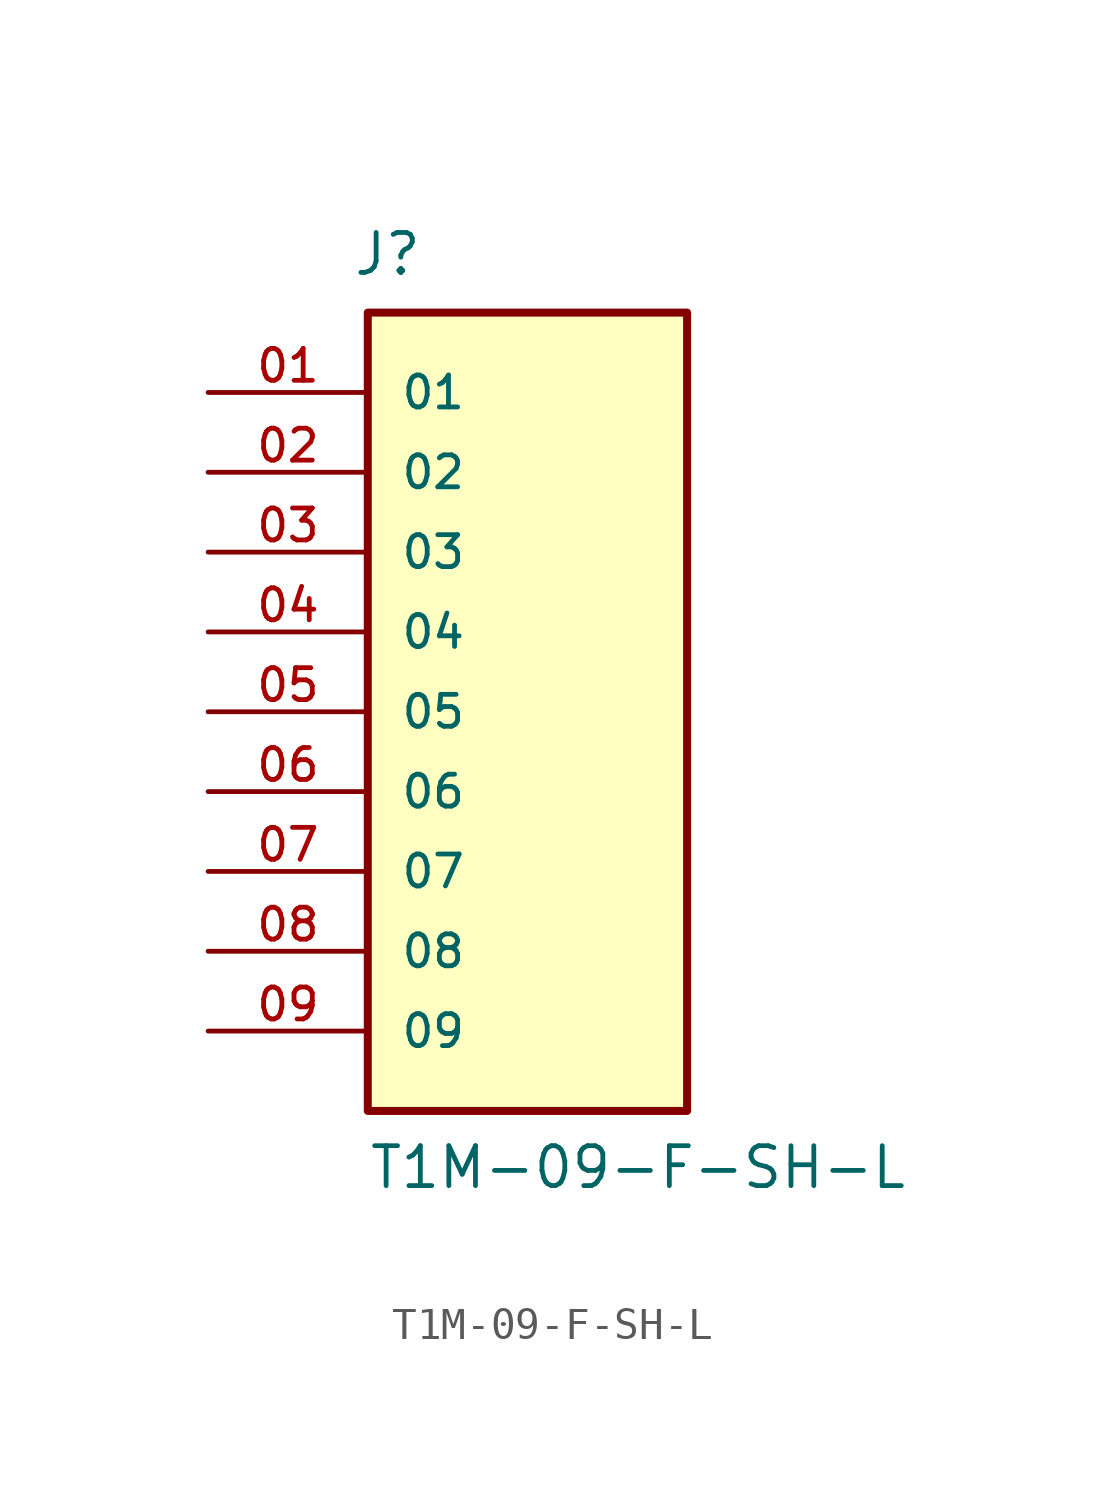
<source format=kicad_sym>
(kicad_symbol_lib
  (version 20211014)
  (generator kicad_symbol_editor)
  (symbol "T1M-09-F-SH-L"
    (pin_names
      (offset 1.016))
    (property "Reference" "J"
      (at -5.58 13.816 0)
      (effects (font (size 1.27 1.27)) (justify bottom left)))
    (property "Value" "T1M-09-F-SH-L"
      (at -5.08 -15.24 0)
      (effects (font (size 1.27 1.27)) (justify bottom left)))
    (symbol "T1M-09-F-SH-L_0_0"
      (rectangle (start -5.08 -12.7) (end 5.08 12.7) (stroke (width 0.254)) (fill (type background)))
      (pin passive line (at -10.16 10.16 0) (length 5.08) (name "01" (effects (font (size 1.016 1.016)))) (number "01" (effects (font (size 1.016 1.016)))))
      (pin passive line (at -10.16 7.62 0) (length 5.08) (name "02" (effects (font (size 1.016 1.016)))) (number "02" (effects (font (size 1.016 1.016)))))
      (pin passive line (at -10.16 5.08 0) (length 5.08) (name "03" (effects (font (size 1.016 1.016)))) (number "03" (effects (font (size 1.016 1.016)))))
      (pin passive line (at -10.16 2.54 0) (length 5.08) (name "04" (effects (font (size 1.016 1.016)))) (number "04" (effects (font (size 1.016 1.016)))))
      (pin passive line (at -10.16 0.0 0) (length 5.08) (name "05" (effects (font (size 1.016 1.016)))) (number "05" (effects (font (size 1.016 1.016)))))
      (pin passive line (at -10.16 -2.54 0) (length 5.08) (name "06" (effects (font (size 1.016 1.016)))) (number "06" (effects (font (size 1.016 1.016)))))
      (pin passive line (at -10.16 -5.08 0) (length 5.08) (name "07" (effects (font (size 1.016 1.016)))) (number "07" (effects (font (size 1.016 1.016)))))
      (pin passive line (at -10.16 -7.62 0) (length 5.08) (name "08" (effects (font (size 1.016 1.016)))) (number "08" (effects (font (size 1.016 1.016)))))
      (pin passive line (at -10.16 -10.16 0) (length 5.08) (name "09" (effects (font (size 1.016 1.016)))) (number "09" (effects (font (size 1.016 1.016))))))))
</source>
